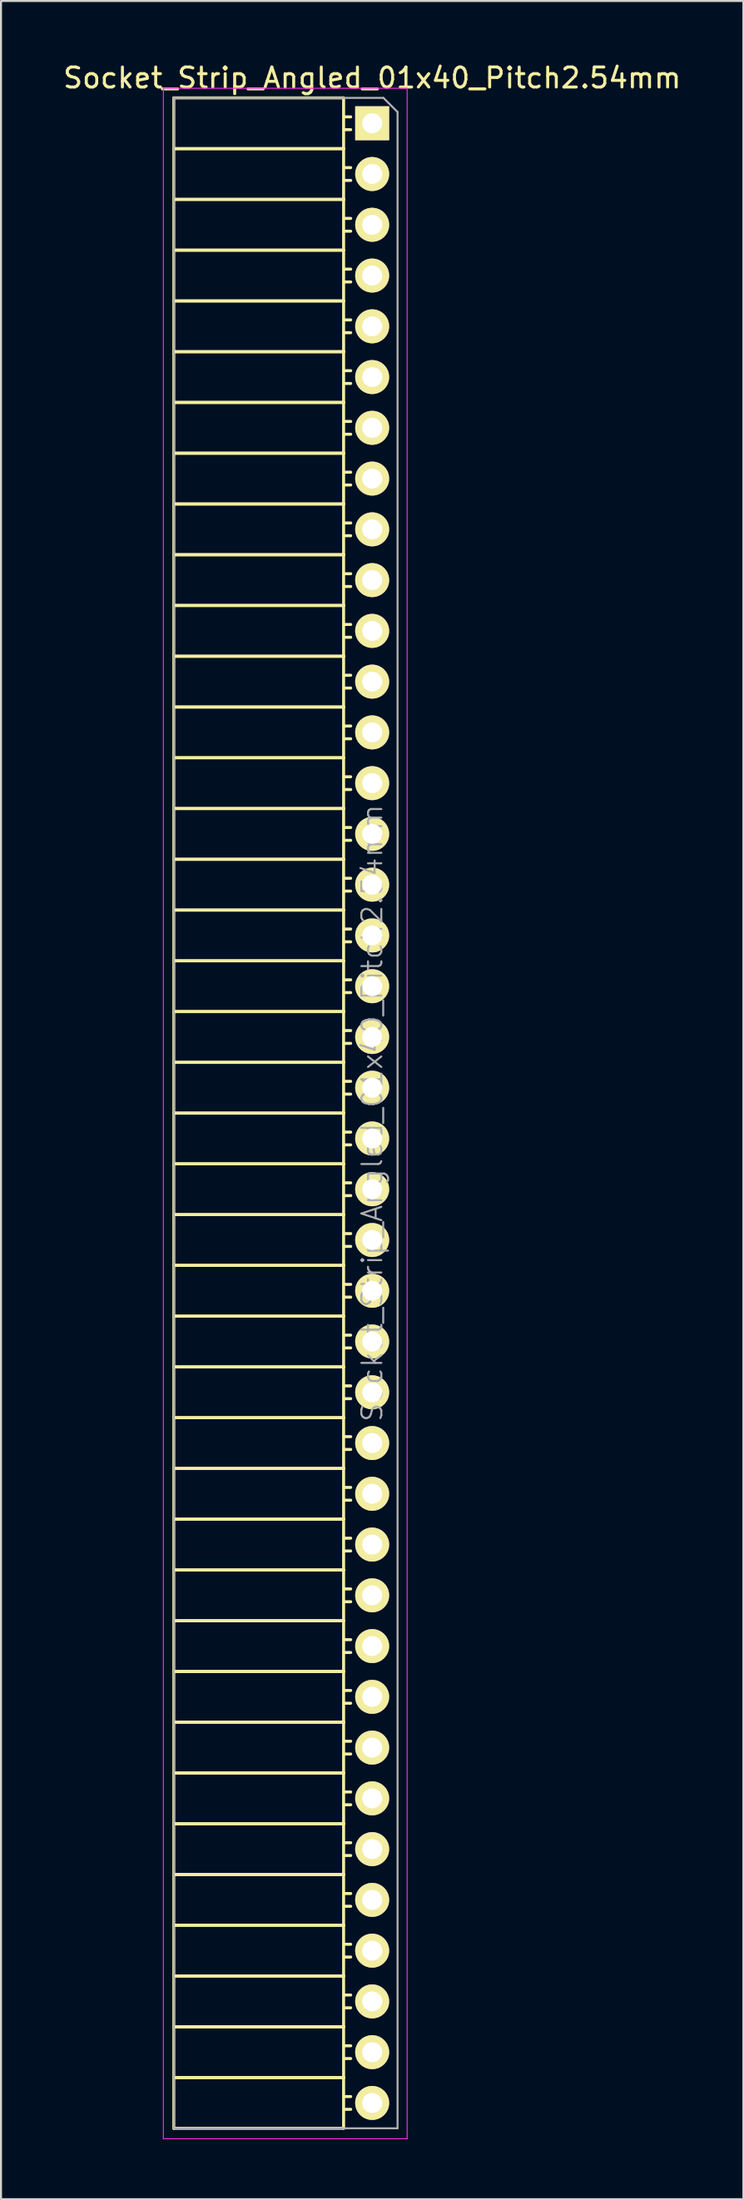
<source format=kicad_pcb>
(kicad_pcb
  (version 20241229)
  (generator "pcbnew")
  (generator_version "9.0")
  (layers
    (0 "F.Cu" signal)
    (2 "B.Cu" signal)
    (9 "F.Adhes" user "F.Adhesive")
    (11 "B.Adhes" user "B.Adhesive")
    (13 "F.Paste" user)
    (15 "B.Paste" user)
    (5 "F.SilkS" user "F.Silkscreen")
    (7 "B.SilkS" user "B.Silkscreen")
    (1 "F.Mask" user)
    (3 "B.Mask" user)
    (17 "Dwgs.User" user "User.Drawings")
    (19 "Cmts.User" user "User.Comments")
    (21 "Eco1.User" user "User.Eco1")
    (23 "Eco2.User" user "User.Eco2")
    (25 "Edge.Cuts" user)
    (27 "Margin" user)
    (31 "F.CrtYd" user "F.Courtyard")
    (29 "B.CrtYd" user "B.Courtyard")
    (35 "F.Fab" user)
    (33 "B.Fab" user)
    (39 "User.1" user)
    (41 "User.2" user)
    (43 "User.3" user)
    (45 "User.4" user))
  (footprint "Socket_Strip_Angled_01x40_Pitch2.54mm"
    (layer "F.Cu")
    (at 15.577 3.118)
    (property "Reference" "Socket_Strip_Angled_01x40_Pitch2.54mm" (at 0 -2.27 0) (layer "F.SilkS") (effects (font (size 1 1) (thickness 0.15))))
    (attr smd)
    (fp_line (start -9.93 -1.27) (end -9.93 1.27) (stroke (width 0.15) (type solid)) (layer "F.SilkS"))
    (fp_line (start -9.93 -1.27) (end -1.43 -1.27) (stroke (width 0.15) (type solid)) (layer "F.SilkS"))
    (fp_line (start -9.93 1.27) (end -9.93 3.81) (stroke (width 0.15) (type solid)) (layer "F.SilkS"))
    (fp_line (start -9.93 1.27) (end -1.43 1.27) (stroke (width 0.15) (type solid)) (layer "F.SilkS"))
    (fp_line (start -9.93 1.27) (end -1.43 1.27) (stroke (width 0.15) (type solid)) (layer "F.SilkS"))
    (fp_line (start -9.93 3.81) (end -9.93 6.35) (stroke (width 0.15) (type solid)) (layer "F.SilkS"))
    (fp_line (start -9.93 3.81) (end -1.43 3.81) (stroke (width 0.15) (type solid)) (layer "F.SilkS"))
    (fp_line (start -9.93 3.81) (end -1.43 3.81) (stroke (width 0.15) (type solid)) (layer "F.SilkS"))
    (fp_line (start -9.93 6.35) (end -9.93 8.89) (stroke (width 0.15) (type solid)) (layer "F.SilkS"))
    (fp_line (start -9.93 6.35) (end -1.43 6.35) (stroke (width 0.15) (type solid)) (layer "F.SilkS"))
    (fp_line (start -9.93 6.35) (end -1.43 6.35) (stroke (width 0.15) (type solid)) (layer "F.SilkS"))
    (fp_line (start -9.93 8.89) (end -9.93 11.43) (stroke (width 0.15) (type solid)) (layer "F.SilkS"))
    (fp_line (start -9.93 8.89) (end -1.43 8.89) (stroke (width 0.15) (type solid)) (layer "F.SilkS"))
    (fp_line (start -9.93 8.89) (end -1.43 8.89) (stroke (width 0.15) (type solid)) (layer "F.SilkS"))
    (fp_line (start -9.93 11.43) (end -9.93 13.97) (stroke (width 0.15) (type solid)) (layer "F.SilkS"))
    (fp_line (start -9.93 11.43) (end -1.43 11.43) (stroke (width 0.15) (type solid)) (layer "F.SilkS"))
    (fp_line (start -9.93 11.43) (end -1.43 11.43) (stroke (width 0.15) (type solid)) (layer "F.SilkS"))
    (fp_line (start -9.93 13.97) (end -9.93 16.51) (stroke (width 0.15) (type solid)) (layer "F.SilkS"))
    (fp_line (start -9.93 13.97) (end -1.43 13.97) (stroke (width 0.15) (type solid)) (layer "F.SilkS"))
    (fp_line (start -9.93 13.97) (end -1.43 13.97) (stroke (width 0.15) (type solid)) (layer "F.SilkS"))
    (fp_line (start -9.93 16.51) (end -9.93 19.05) (stroke (width 0.15) (type solid)) (layer "F.SilkS"))
    (fp_line (start -9.93 16.51) (end -1.43 16.51) (stroke (width 0.15) (type solid)) (layer "F.SilkS"))
    (fp_line (start -9.93 16.51) (end -1.43 16.51) (stroke (width 0.15) (type solid)) (layer "F.SilkS"))
    (fp_line (start -9.93 19.05) (end -9.93 21.59) (stroke (width 0.15) (type solid)) (layer "F.SilkS"))
    (fp_line (start -9.93 19.05) (end -1.43 19.05) (stroke (width 0.15) (type solid)) (layer "F.SilkS"))
    (fp_line (start -9.93 19.05) (end -1.43 19.05) (stroke (width 0.15) (type solid)) (layer "F.SilkS"))
    (fp_line (start -9.93 21.59) (end -9.93 24.13) (stroke (width 0.15) (type solid)) (layer "F.SilkS"))
    (fp_line (start -9.93 21.59) (end -1.43 21.59) (stroke (width 0.15) (type solid)) (layer "F.SilkS"))
    (fp_line (start -9.93 21.59) (end -1.43 21.59) (stroke (width 0.15) (type solid)) (layer "F.SilkS"))
    (fp_line (start -9.93 24.13) (end -9.93 26.67) (stroke (width 0.15) (type solid)) (layer "F.SilkS"))
    (fp_line (start -9.93 24.13) (end -1.43 24.13) (stroke (width 0.15) (type solid)) (layer "F.SilkS"))
    (fp_line (start -9.93 24.13) (end -1.43 24.13) (stroke (width 0.15) (type solid)) (layer "F.SilkS"))
    (fp_line (start -9.93 26.67) (end -9.93 29.21) (stroke (width 0.15) (type solid)) (layer "F.SilkS"))
    (fp_line (start -9.93 26.67) (end -1.43 26.67) (stroke (width 0.15) (type solid)) (layer "F.SilkS"))
    (fp_line (start -9.93 26.67) (end -1.43 26.67) (stroke (width 0.15) (type solid)) (layer "F.SilkS"))
    (fp_line (start -9.93 29.21) (end -9.93 31.75) (stroke (width 0.15) (type solid)) (layer "F.SilkS"))
    (fp_line (start -9.93 29.21) (end -1.43 29.21) (stroke (width 0.15) (type solid)) (layer "F.SilkS"))
    (fp_line (start -9.93 29.21) (end -1.43 29.21) (stroke (width 0.15) (type solid)) (layer "F.SilkS"))
    (fp_line (start -9.93 31.75) (end -9.93 34.29) (stroke (width 0.15) (type solid)) (layer "F.SilkS"))
    (fp_line (start -9.93 31.75) (end -1.43 31.75) (stroke (width 0.15) (type solid)) (layer "F.SilkS"))
    (fp_line (start -9.93 31.75) (end -1.43 31.75) (stroke (width 0.15) (type solid)) (layer "F.SilkS"))
    (fp_line (start -9.93 34.29) (end -9.93 36.83) (stroke (width 0.15) (type solid)) (layer "F.SilkS"))
    (fp_line (start -9.93 34.29) (end -1.43 34.29) (stroke (width 0.15) (type solid)) (layer "F.SilkS"))
    (fp_line (start -9.93 34.29) (end -1.43 34.29) (stroke (width 0.15) (type solid)) (layer "F.SilkS"))
    (fp_line (start -9.93 36.83) (end -9.93 39.37) (stroke (width 0.15) (type solid)) (layer "F.SilkS"))
    (fp_line (start -9.93 36.83) (end -1.43 36.83) (stroke (width 0.15) (type solid)) (layer "F.SilkS"))
    (fp_line (start -9.93 36.83) (end -1.43 36.83) (stroke (width 0.15) (type solid)) (layer "F.SilkS"))
    (fp_line (start -9.93 39.37) (end -9.93 41.91) (stroke (width 0.15) (type solid)) (layer "F.SilkS"))
    (fp_line (start -9.93 39.37) (end -1.43 39.37) (stroke (width 0.15) (type solid)) (layer "F.SilkS"))
    (fp_line (start -9.93 39.37) (end -1.43 39.37) (stroke (width 0.15) (type solid)) (layer "F.SilkS"))
    (fp_line (start -9.93 41.91) (end -9.93 44.45) (stroke (width 0.15) (type solid)) (layer "F.SilkS"))
    (fp_line (start -9.93 41.91) (end -1.43 41.91) (stroke (width 0.15) (type solid)) (layer "F.SilkS"))
    (fp_line (start -9.93 41.91) (end -1.43 41.91) (stroke (width 0.15) (type solid)) (layer "F.SilkS"))
    (fp_line (start -9.93 44.45) (end -9.93 46.99) (stroke (width 0.15) (type solid)) (layer "F.SilkS"))
    (fp_line (start -9.93 44.45) (end -1.43 44.45) (stroke (width 0.15) (type solid)) (layer "F.SilkS"))
    (fp_line (start -9.93 44.45) (end -1.43 44.45) (stroke (width 0.15) (type solid)) (layer "F.SilkS"))
    (fp_line (start -9.93 46.99) (end -9.93 49.53) (stroke (width 0.15) (type solid)) (layer "F.SilkS"))
    (fp_line (start -9.93 46.99) (end -1.43 46.99) (stroke (width 0.15) (type solid)) (layer "F.SilkS"))
    (fp_line (start -9.93 46.99) (end -1.43 46.99) (stroke (width 0.15) (type solid)) (layer "F.SilkS"))
    (fp_line (start -9.93 49.53) (end -9.93 52.07) (stroke (width 0.15) (type solid)) (layer "F.SilkS"))
    (fp_line (start -9.93 49.53) (end -1.43 49.53) (stroke (width 0.15) (type solid)) (layer "F.SilkS"))
    (fp_line (start -9.93 49.53) (end -1.43 49.53) (stroke (width 0.15) (type solid)) (layer "F.SilkS"))
    (fp_line (start -9.93 52.07) (end -9.93 54.61) (stroke (width 0.15) (type solid)) (layer "F.SilkS"))
    (fp_line (start -9.93 52.07) (end -1.43 52.07) (stroke (width 0.15) (type solid)) (layer "F.SilkS"))
    (fp_line (start -9.93 52.07) (end -1.43 52.07) (stroke (width 0.15) (type solid)) (layer "F.SilkS"))
    (fp_line (start -9.93 54.61) (end -9.93 57.15) (stroke (width 0.15) (type solid)) (layer "F.SilkS"))
    (fp_line (start -9.93 54.61) (end -1.43 54.61) (stroke (width 0.15) (type solid)) (layer "F.SilkS"))
    (fp_line (start -9.93 54.61) (end -1.43 54.61) (stroke (width 0.15) (type solid)) (layer "F.SilkS"))
    (fp_line (start -9.93 57.15) (end -9.93 59.69) (stroke (width 0.15) (type solid)) (layer "F.SilkS"))
    (fp_line (start -9.93 57.15) (end -1.43 57.15) (stroke (width 0.15) (type solid)) (layer "F.SilkS"))
    (fp_line (start -9.93 57.15) (end -1.43 57.15) (stroke (width 0.15) (type solid)) (layer "F.SilkS"))
    (fp_line (start -9.93 59.69) (end -9.93 62.23) (stroke (width 0.15) (type solid)) (layer "F.SilkS"))
    (fp_line (start -9.93 59.69) (end -1.43 59.69) (stroke (width 0.15) (type solid)) (layer "F.SilkS"))
    (fp_line (start -9.93 59.69) (end -1.43 59.69) (stroke (width 0.15) (type solid)) (layer "F.SilkS"))
    (fp_line (start -9.93 62.23) (end -9.93 64.77) (stroke (width 0.15) (type solid)) (layer "F.SilkS"))
    (fp_line (start -9.93 62.23) (end -1.43 62.23) (stroke (width 0.15) (type solid)) (layer "F.SilkS"))
    (fp_line (start -9.93 62.23) (end -1.43 62.23) (stroke (width 0.15) (type solid)) (layer "F.SilkS"))
    (fp_line (start -9.93 64.77) (end -9.93 67.31) (stroke (width 0.15) (type solid)) (layer "F.SilkS"))
    (fp_line (start -9.93 64.77) (end -1.43 64.77) (stroke (width 0.15) (type solid)) (layer "F.SilkS"))
    (fp_line (start -9.93 64.77) (end -1.43 64.77) (stroke (width 0.15) (type solid)) (layer "F.SilkS"))
    (fp_line (start -9.93 67.31) (end -9.93 69.85) (stroke (width 0.15) (type solid)) (layer "F.SilkS"))
    (fp_line (start -9.93 67.31) (end -1.43 67.31) (stroke (width 0.15) (type solid)) (layer "F.SilkS"))
    (fp_line (start -9.93 67.31) (end -1.43 67.31) (stroke (width 0.15) (type solid)) (layer "F.SilkS"))
    (fp_line (start -9.93 69.85) (end -9.93 72.39) (stroke (width 0.15) (type solid)) (layer "F.SilkS"))
    (fp_line (start -9.93 69.85) (end -1.43 69.85) (stroke (width 0.15) (type solid)) (layer "F.SilkS"))
    (fp_line (start -9.93 69.85) (end -1.43 69.85) (stroke (width 0.15) (type solid)) (layer "F.SilkS"))
    (fp_line (start -9.93 72.39) (end -9.93 74.93) (stroke (width 0.15) (type solid)) (layer "F.SilkS"))
    (fp_line (start -9.93 72.39) (end -1.43 72.39) (stroke (width 0.15) (type solid)) (layer "F.SilkS"))
    (fp_line (start -9.93 72.39) (end -1.43 72.39) (stroke (width 0.15) (type solid)) (layer "F.SilkS"))
    (fp_line (start -9.93 74.93) (end -9.93 77.47) (stroke (width 0.15) (type solid)) (layer "F.SilkS"))
    (fp_line (start -9.93 74.93) (end -1.43 74.93) (stroke (width 0.15) (type solid)) (layer "F.SilkS"))
    (fp_line (start -9.93 74.93) (end -1.43 74.93) (stroke (width 0.15) (type solid)) (layer "F.SilkS"))
    (fp_line (start -9.93 77.47) (end -9.93 80.01) (stroke (width 0.15) (type solid)) (layer "F.SilkS"))
    (fp_line (start -9.93 77.47) (end -1.43 77.47) (stroke (width 0.15) (type solid)) (layer "F.SilkS"))
    (fp_line (start -9.93 77.47) (end -1.43 77.47) (stroke (width 0.15) (type solid)) (layer "F.SilkS"))
    (fp_line (start -9.93 80.01) (end -9.93 82.55) (stroke (width 0.15) (type solid)) (layer "F.SilkS"))
    (fp_line (start -9.93 80.01) (end -1.43 80.01) (stroke (width 0.15) (type solid)) (layer "F.SilkS"))
    (fp_line (start -9.93 80.01) (end -1.43 80.01) (stroke (width 0.15) (type solid)) (layer "F.SilkS"))
    (fp_line (start -9.93 82.55) (end -9.93 85.09) (stroke (width 0.15) (type solid)) (layer "F.SilkS"))
    (fp_line (start -9.93 82.55) (end -1.43 82.55) (stroke (width 0.15) (type solid)) (layer "F.SilkS"))
    (fp_line (start -9.93 82.55) (end -1.43 82.55) (stroke (width 0.15) (type solid)) (layer "F.SilkS"))
    (fp_line (start -9.93 85.09) (end -9.93 87.63) (stroke (width 0.15) (type solid)) (layer "F.SilkS"))
    (fp_line (start -9.93 85.09) (end -1.43 85.09) (stroke (width 0.15) (type solid)) (layer "F.SilkS"))
    (fp_line (start -9.93 85.09) (end -1.43 85.09) (stroke (width 0.15) (type solid)) (layer "F.SilkS"))
    (fp_line (start -9.93 87.63) (end -9.93 90.17) (stroke (width 0.15) (type solid)) (layer "F.SilkS"))
    (fp_line (start -9.93 87.63) (end -1.43 87.63) (stroke (width 0.15) (type solid)) (layer "F.SilkS"))
    (fp_line (start -9.93 87.63) (end -1.43 87.63) (stroke (width 0.15) (type solid)) (layer "F.SilkS"))
    (fp_line (start -9.93 90.17) (end -9.93 92.71) (stroke (width 0.15) (type solid)) (layer "F.SilkS"))
    (fp_line (start -9.93 90.17) (end -1.43 90.17) (stroke (width 0.15) (type solid)) (layer "F.SilkS"))
    (fp_line (start -9.93 90.17) (end -1.43 90.17) (stroke (width 0.15) (type solid)) (layer "F.SilkS"))
    (fp_line (start -9.93 92.71) (end -9.93 95.25) (stroke (width 0.15) (type solid)) (layer "F.SilkS"))
    (fp_line (start -9.93 92.71) (end -1.43 92.71) (stroke (width 0.15) (type solid)) (layer "F.SilkS"))
    (fp_line (start -9.93 92.71) (end -1.43 92.71) (stroke (width 0.15) (type solid)) (layer "F.SilkS"))
    (fp_line (start -9.93 95.25) (end -9.93 97.79) (stroke (width 0.15) (type solid)) (layer "F.SilkS"))
    (fp_line (start -9.93 95.25) (end -1.43 95.25) (stroke (width 0.15) (type solid)) (layer "F.SilkS"))
    (fp_line (start -9.93 95.25) (end -1.43 95.25) (stroke (width 0.15) (type solid)) (layer "F.SilkS"))
    (fp_line (start -9.93 97.79) (end -9.93 100.33) (stroke (width 0.15) (type solid)) (layer "F.SilkS"))
    (fp_line (start -9.93 97.79) (end -1.43 97.79) (stroke (width 0.15) (type solid)) (layer "F.SilkS"))
    (fp_line (start -9.93 97.79) (end -1.43 97.79) (stroke (width 0.15) (type solid)) (layer "F.SilkS"))
    (fp_line (start -9.93 100.33) (end -1.43 100.33) (stroke (width 0.15) (type solid)) (layer "F.SilkS"))
    (fp_line (start -1.43 -1.27) (end -1.43 1.27) (stroke (width 0.15) (type solid)) (layer "F.SilkS"))
    (fp_line (start -1.43 -0.32) (end -1.075 -0.32) (stroke (width 0.15) (type solid)) (layer "F.SilkS"))
    (fp_line (start -1.43 0.32) (end -1.075 0.32) (stroke (width 0.15) (type solid)) (layer "F.SilkS"))
    (fp_line (start -1.43 1.27) (end -1.43 3.81) (stroke (width 0.15) (type solid)) (layer "F.SilkS"))
    (fp_line (start -1.43 2.22) (end -1.075 2.22) (stroke (width 0.15) (type solid)) (layer "F.SilkS"))
    (fp_line (start -1.43 2.86) (end -1.075 2.86) (stroke (width 0.15) (type solid)) (layer "F.SilkS"))
    (fp_line (start -1.43 3.81) (end -1.43 6.35) (stroke (width 0.15) (type solid)) (layer "F.SilkS"))
    (fp_line (start -1.43 4.76) (end -1.075 4.76) (stroke (width 0.15) (type solid)) (layer "F.SilkS"))
    (fp_line (start -1.43 5.4) (end -1.075 5.4) (stroke (width 0.15) (type solid)) (layer "F.SilkS"))
    (fp_line (start -1.43 6.35) (end -1.43 8.89) (stroke (width 0.15) (type solid)) (layer "F.SilkS"))
    (fp_line (start -1.43 7.3) (end -1.075 7.3) (stroke (width 0.15) (type solid)) (layer "F.SilkS"))
    (fp_line (start -1.43 7.94) (end -1.075 7.94) (stroke (width 0.15) (type solid)) (layer "F.SilkS"))
    (fp_line (start -1.43 8.89) (end -1.43 11.43) (stroke (width 0.15) (type solid)) (layer "F.SilkS"))
    (fp_line (start -1.43 9.84) (end -1.075 9.84) (stroke (width 0.15) (type solid)) (layer "F.SilkS"))
    (fp_line (start -1.43 10.48) (end -1.075 10.48) (stroke (width 0.15) (type solid)) (layer "F.SilkS"))
    (fp_line (start -1.43 11.43) (end -1.43 13.97) (stroke (width 0.15) (type solid)) (layer "F.SilkS"))
    (fp_line (start -1.43 12.38) (end -1.075 12.38) (stroke (width 0.15) (type solid)) (layer "F.SilkS"))
    (fp_line (start -1.43 13.02) (end -1.075 13.02) (stroke (width 0.15) (type solid)) (layer "F.SilkS"))
    (fp_line (start -1.43 13.97) (end -1.43 16.51) (stroke (width 0.15) (type solid)) (layer "F.SilkS"))
    (fp_line (start -1.43 14.92) (end -1.075 14.92) (stroke (width 0.15) (type solid)) (layer "F.SilkS"))
    (fp_line (start -1.43 15.56) (end -1.075 15.56) (stroke (width 0.15) (type solid)) (layer "F.SilkS"))
    (fp_line (start -1.43 16.51) (end -1.43 19.05) (stroke (width 0.15) (type solid)) (layer "F.SilkS"))
    (fp_line (start -1.43 17.46) (end -1.075 17.46) (stroke (width 0.15) (type solid)) (layer "F.SilkS"))
    (fp_line (start -1.43 18.1) (end -1.075 18.1) (stroke (width 0.15) (type solid)) (layer "F.SilkS"))
    (fp_line (start -1.43 19.05) (end -1.43 21.59) (stroke (width 0.15) (type solid)) (layer "F.SilkS"))
    (fp_line (start -1.43 20) (end -1.075 20) (stroke (width 0.15) (type solid)) (layer "F.SilkS"))
    (fp_line (start -1.43 20.64) (end -1.075 20.64) (stroke (width 0.15) (type solid)) (layer "F.SilkS"))
    (fp_line (start -1.43 21.59) (end -1.43 24.13) (stroke (width 0.15) (type solid)) (layer "F.SilkS"))
    (fp_line (start -1.43 22.54) (end -1.075 22.54) (stroke (width 0.15) (type solid)) (layer "F.SilkS"))
    (fp_line (start -1.43 23.18) (end -1.075 23.18) (stroke (width 0.15) (type solid)) (layer "F.SilkS"))
    (fp_line (start -1.43 24.13) (end -1.43 26.67) (stroke (width 0.15) (type solid)) (layer "F.SilkS"))
    (fp_line (start -1.43 25.08) (end -1.075 25.08) (stroke (width 0.15) (type solid)) (layer "F.SilkS"))
    (fp_line (start -1.43 25.72) (end -1.075 25.72) (stroke (width 0.15) (type solid)) (layer "F.SilkS"))
    (fp_line (start -1.43 26.67) (end -1.43 29.21) (stroke (width 0.15) (type solid)) (layer "F.SilkS"))
    (fp_line (start -1.43 27.62) (end -1.075 27.62) (stroke (width 0.15) (type solid)) (layer "F.SilkS"))
    (fp_line (start -1.43 28.26) (end -1.075 28.26) (stroke (width 0.15) (type solid)) (layer "F.SilkS"))
    (fp_line (start -1.43 29.21) (end -1.43 31.75) (stroke (width 0.15) (type solid)) (layer "F.SilkS"))
    (fp_line (start -1.43 30.16) (end -1.075 30.16) (stroke (width 0.15) (type solid)) (layer "F.SilkS"))
    (fp_line (start -1.43 30.8) (end -1.075 30.8) (stroke (width 0.15) (type solid)) (layer "F.SilkS"))
    (fp_line (start -1.43 31.75) (end -1.43 34.29) (stroke (width 0.15) (type solid)) (layer "F.SilkS"))
    (fp_line (start -1.43 32.7) (end -1.075 32.7) (stroke (width 0.15) (type solid)) (layer "F.SilkS"))
    (fp_line (start -1.43 33.34) (end -1.075 33.34) (stroke (width 0.15) (type solid)) (layer "F.SilkS"))
    (fp_line (start -1.43 34.29) (end -1.43 36.83) (stroke (width 0.15) (type solid)) (layer "F.SilkS"))
    (fp_line (start -1.43 35.24) (end -1.075 35.24) (stroke (width 0.15) (type solid)) (layer "F.SilkS"))
    (fp_line (start -1.43 35.88) (end -1.075 35.88) (stroke (width 0.15) (type solid)) (layer "F.SilkS"))
    (fp_line (start -1.43 36.83) (end -1.43 39.37) (stroke (width 0.15) (type solid)) (layer "F.SilkS"))
    (fp_line (start -1.43 37.78) (end -1.075 37.78) (stroke (width 0.15) (type solid)) (layer "F.SilkS"))
    (fp_line (start -1.43 38.42) (end -1.075 38.42) (stroke (width 0.15) (type solid)) (layer "F.SilkS"))
    (fp_line (start -1.43 39.37) (end -1.43 41.91) (stroke (width 0.15) (type solid)) (layer "F.SilkS"))
    (fp_line (start -1.43 40.32) (end -1.075 40.32) (stroke (width 0.15) (type solid)) (layer "F.SilkS"))
    (fp_line (start -1.43 40.96) (end -1.075 40.96) (stroke (width 0.15) (type solid)) (layer "F.SilkS"))
    (fp_line (start -1.43 41.91) (end -1.43 44.45) (stroke (width 0.15) (type solid)) (layer "F.SilkS"))
    (fp_line (start -1.43 42.86) (end -1.075 42.86) (stroke (width 0.15) (type solid)) (layer "F.SilkS"))
    (fp_line (start -1.43 43.5) (end -1.075 43.5) (stroke (width 0.15) (type solid)) (layer "F.SilkS"))
    (fp_line (start -1.43 44.45) (end -1.43 46.99) (stroke (width 0.15) (type solid)) (layer "F.SilkS"))
    (fp_line (start -1.43 45.4) (end -1.075 45.4) (stroke (width 0.15) (type solid)) (layer "F.SilkS"))
    (fp_line (start -1.43 46.04) (end -1.075 46.04) (stroke (width 0.15) (type solid)) (layer "F.SilkS"))
    (fp_line (start -1.43 46.99) (end -1.43 49.53) (stroke (width 0.15) (type solid)) (layer "F.SilkS"))
    (fp_line (start -1.43 47.94) (end -1.075 47.94) (stroke (width 0.15) (type solid)) (layer "F.SilkS"))
    (fp_line (start -1.43 48.58) (end -1.075 48.58) (stroke (width 0.15) (type solid)) (layer "F.SilkS"))
    (fp_line (start -1.43 49.53) (end -1.43 52.07) (stroke (width 0.15) (type solid)) (layer "F.SilkS"))
    (fp_line (start -1.43 50.48) (end -1.075 50.48) (stroke (width 0.15) (type solid)) (layer "F.SilkS"))
    (fp_line (start -1.43 51.12) (end -1.075 51.12) (stroke (width 0.15) (type solid)) (layer "F.SilkS"))
    (fp_line (start -1.43 52.07) (end -1.43 54.61) (stroke (width 0.15) (type solid)) (layer "F.SilkS"))
    (fp_line (start -1.43 53.02) (end -1.075 53.02) (stroke (width 0.15) (type solid)) (layer "F.SilkS"))
    (fp_line (start -1.43 53.66) (end -1.075 53.66) (stroke (width 0.15) (type solid)) (layer "F.SilkS"))
    (fp_line (start -1.43 54.61) (end -1.43 57.15) (stroke (width 0.15) (type solid)) (layer "F.SilkS"))
    (fp_line (start -1.43 55.56) (end -1.075 55.56) (stroke (width 0.15) (type solid)) (layer "F.SilkS"))
    (fp_line (start -1.43 56.2) (end -1.075 56.2) (stroke (width 0.15) (type solid)) (layer "F.SilkS"))
    (fp_line (start -1.43 57.15) (end -1.43 59.69) (stroke (width 0.15) (type solid)) (layer "F.SilkS"))
    (fp_line (start -1.43 58.1) (end -1.075 58.1) (stroke (width 0.15) (type solid)) (layer "F.SilkS"))
    (fp_line (start -1.43 58.74) (end -1.075 58.74) (stroke (width 0.15) (type solid)) (layer "F.SilkS"))
    (fp_line (start -1.43 59.69) (end -1.43 62.23) (stroke (width 0.15) (type solid)) (layer "F.SilkS"))
    (fp_line (start -1.43 60.64) (end -1.075 60.64) (stroke (width 0.15) (type solid)) (layer "F.SilkS"))
    (fp_line (start -1.43 61.28) (end -1.075 61.28) (stroke (width 0.15) (type solid)) (layer "F.SilkS"))
    (fp_line (start -1.43 62.23) (end -1.43 64.77) (stroke (width 0.15) (type solid)) (layer "F.SilkS"))
    (fp_line (start -1.43 63.18) (end -1.075 63.18) (stroke (width 0.15) (type solid)) (layer "F.SilkS"))
    (fp_line (start -1.43 63.82) (end -1.075 63.82) (stroke (width 0.15) (type solid)) (layer "F.SilkS"))
    (fp_line (start -1.43 64.77) (end -1.43 67.31) (stroke (width 0.15) (type solid)) (layer "F.SilkS"))
    (fp_line (start -1.43 65.72) (end -1.075 65.72) (stroke (width 0.15) (type solid)) (layer "F.SilkS"))
    (fp_line (start -1.43 66.36) (end -1.075 66.36) (stroke (width 0.15) (type solid)) (layer "F.SilkS"))
    (fp_line (start -1.43 67.31) (end -1.43 69.85) (stroke (width 0.15) (type solid)) (layer "F.SilkS"))
    (fp_line (start -1.43 68.26) (end -1.075 68.26) (stroke (width 0.15) (type solid)) (layer "F.SilkS"))
    (fp_line (start -1.43 68.9) (end -1.075 68.9) (stroke (width 0.15) (type solid)) (layer "F.SilkS"))
    (fp_line (start -1.43 69.85) (end -1.43 72.39) (stroke (width 0.15) (type solid)) (layer "F.SilkS"))
    (fp_line (start -1.43 70.8) (end -1.075 70.8) (stroke (width 0.15) (type solid)) (layer "F.SilkS"))
    (fp_line (start -1.43 71.44) (end -1.075 71.44) (stroke (width 0.15) (type solid)) (layer "F.SilkS"))
    (fp_line (start -1.43 72.39) (end -1.43 74.93) (stroke (width 0.15) (type solid)) (layer "F.SilkS"))
    (fp_line (start -1.43 73.34) (end -1.075 73.34) (stroke (width 0.15) (type solid)) (layer "F.SilkS"))
    (fp_line (start -1.43 73.98) (end -1.075 73.98) (stroke (width 0.15) (type solid)) (layer "F.SilkS"))
    (fp_line (start -1.43 74.93) (end -1.43 77.47) (stroke (width 0.15) (type solid)) (layer "F.SilkS"))
    (fp_line (start -1.43 75.88) (end -1.075 75.88) (stroke (width 0.15) (type solid)) (layer "F.SilkS"))
    (fp_line (start -1.43 76.52) (end -1.075 76.52) (stroke (width 0.15) (type solid)) (layer "F.SilkS"))
    (fp_line (start -1.43 77.47) (end -1.43 80.01) (stroke (width 0.15) (type solid)) (layer "F.SilkS"))
    (fp_line (start -1.43 78.42) (end -1.075 78.42) (stroke (width 0.15) (type solid)) (layer "F.SilkS"))
    (fp_line (start -1.43 79.06) (end -1.075 79.06) (stroke (width 0.15) (type solid)) (layer "F.SilkS"))
    (fp_line (start -1.43 80.01) (end -1.43 82.55) (stroke (width 0.15) (type solid)) (layer "F.SilkS"))
    (fp_line (start -1.43 80.96) (end -1.075 80.96) (stroke (width 0.15) (type solid)) (layer "F.SilkS"))
    (fp_line (start -1.43 81.6) (end -1.075 81.6) (stroke (width 0.15) (type solid)) (layer "F.SilkS"))
    (fp_line (start -1.43 82.55) (end -1.43 85.09) (stroke (width 0.15) (type solid)) (layer "F.SilkS"))
    (fp_line (start -1.43 83.5) (end -1.075 83.5) (stroke (width 0.15) (type solid)) (layer "F.SilkS"))
    (fp_line (start -1.43 84.14) (end -1.075 84.14) (stroke (width 0.15) (type solid)) (layer "F.SilkS"))
    (fp_line (start -1.43 85.09) (end -1.43 87.63) (stroke (width 0.15) (type solid)) (layer "F.SilkS"))
    (fp_line (start -1.43 86.04) (end -1.075 86.04) (stroke (width 0.15) (type solid)) (layer "F.SilkS"))
    (fp_line (start -1.43 86.68) (end -1.075 86.68) (stroke (width 0.15) (type solid)) (layer "F.SilkS"))
    (fp_line (start -1.43 87.63) (end -1.43 90.17) (stroke (width 0.15) (type solid)) (layer "F.SilkS"))
    (fp_line (start -1.43 88.58) (end -1.075 88.58) (stroke (width 0.15) (type solid)) (layer "F.SilkS"))
    (fp_line (start -1.43 89.22) (end -1.075 89.22) (stroke (width 0.15) (type solid)) (layer "F.SilkS"))
    (fp_line (start -1.43 90.17) (end -1.43 92.71) (stroke (width 0.15) (type solid)) (layer "F.SilkS"))
    (fp_line (start -1.43 91.12) (end -1.075 91.12) (stroke (width 0.15) (type solid)) (layer "F.SilkS"))
    (fp_line (start -1.43 91.76) (end -1.075 91.76) (stroke (width 0.15) (type solid)) (layer "F.SilkS"))
    (fp_line (start -1.43 92.71) (end -1.43 95.25) (stroke (width 0.15) (type solid)) (layer "F.SilkS"))
    (fp_line (start -1.43 93.66) (end -1.075 93.66) (stroke (width 0.15) (type solid)) (layer "F.SilkS"))
    (fp_line (start -1.43 94.3) (end -1.075 94.3) (stroke (width 0.15) (type solid)) (layer "F.SilkS"))
    (fp_line (start -1.43 95.25) (end -1.43 97.79) (stroke (width 0.15) (type solid)) (layer "F.SilkS"))
    (fp_line (start -1.43 96.2) (end -1.075 96.2) (stroke (width 0.15) (type solid)) (layer "F.SilkS"))
    (fp_line (start -1.43 96.84) (end -1.075 96.84) (stroke (width 0.15) (type solid)) (layer "F.SilkS"))
    (fp_line (start -1.43 97.79) (end -1.43 100.33) (stroke (width 0.15) (type solid)) (layer "F.SilkS"))
    (fp_line (start -1.43 98.74) (end -1.075 98.74) (stroke (width 0.15) (type solid)) (layer "F.SilkS"))
    (fp_line (start -1.43 99.38) (end -1.075 99.38) (stroke (width 0.15) (type solid)) (layer "F.SilkS"))
    (fp_line (start -10.45 -1.75) (end 1.75 -1.75) (stroke (width 0.05) (type solid)) (layer "F.CrtYd"))
    (fp_line (start -10.45 100.85) (end -10.45 -1.75) (stroke (width 0.05) (type solid)) (layer "F.CrtYd"))
    (fp_line (start -10.45 100.85) (end 1.75 100.85) (stroke (width 0.05) (type solid)) (layer "F.CrtYd"))
    (fp_line (start 1.75 100.85) (end 1.75 -1.75) (stroke (width 0.05) (type solid)) (layer "F.CrtYd"))
    (fp_line (start -9.93 -1.27) (end 0.563 -1.27) (stroke (width 0.1) (type solid)) (layer "F.Fab"))
    (fp_line (start -9.93 100.33) (end -9.93 -1.27) (stroke (width 0.1) (type solid)) (layer "F.Fab"))
    (fp_line (start -9.93 100.33) (end 1.27 100.33) (stroke (width 0.1) (type solid)) (layer "F.Fab"))
    (fp_line (start 1.27 -0.563) (end 0.563 -1.27) (stroke (width 0.1) (type solid)) (layer "F.Fab"))
    (fp_line (start 1.27 100.33) (end 1.27 -0.563) (stroke (width 0.1) (type solid)) (layer "F.Fab"))
    (fp_text user "${REFERENCE}" (at 0 49.53 90) (layer "F.Fab") (effects (font (size 1 1) (thickness 0.1))))
    (pad "1" thru_hole rect (at 0 0) (size 1.7 1.7) (drill 1) (layers "*.Cu" "*.Mask" "F.SilkS"))
    (pad "2" thru_hole oval (at 0 2.54) (size 1.7 1.7) (drill 1) (layers "*.Cu" "*.Mask" "F.SilkS"))
    (pad "3" thru_hole oval (at 0 5.08) (size 1.7 1.7) (drill 1) (layers "*.Cu" "*.Mask" "F.SilkS"))
    (pad "4" thru_hole oval (at 0 7.62) (size 1.7 1.7) (drill 1) (layers "*.Cu" "*.Mask" "F.SilkS"))
    (pad "5" thru_hole oval (at 0 10.16) (size 1.7 1.7) (drill 1) (layers "*.Cu" "*.Mask" "F.SilkS"))
    (pad "6" thru_hole oval (at 0 12.7) (size 1.7 1.7) (drill 1) (layers "*.Cu" "*.Mask" "F.SilkS"))
    (pad "7" thru_hole oval (at 0 15.24) (size 1.7 1.7) (drill 1) (layers "*.Cu" "*.Mask" "F.SilkS"))
    (pad "8" thru_hole oval (at 0 17.78) (size 1.7 1.7) (drill 1) (layers "*.Cu" "*.Mask" "F.SilkS"))
    (pad "9" thru_hole oval (at 0 20.32) (size 1.7 1.7) (drill 1) (layers "*.Cu" "*.Mask" "F.SilkS"))
    (pad "10" thru_hole oval (at 0 22.86) (size 1.7 1.7) (drill 1) (layers "*.Cu" "*.Mask" "F.SilkS"))
    (pad "11" thru_hole oval (at 0 25.4) (size 1.7 1.7) (drill 1) (layers "*.Cu" "*.Mask" "F.SilkS"))
    (pad "12" thru_hole oval (at 0 27.94) (size 1.7 1.7) (drill 1) (layers "*.Cu" "*.Mask" "F.SilkS"))
    (pad "13" thru_hole oval (at 0 30.48) (size 1.7 1.7) (drill 1) (layers "*.Cu" "*.Mask" "F.SilkS"))
    (pad "14" thru_hole oval (at 0 33.02) (size 1.7 1.7) (drill 1) (layers "*.Cu" "*.Mask" "F.SilkS"))
    (pad "15" thru_hole oval (at 0 35.56) (size 1.7 1.7) (drill 1) (layers "*.Cu" "*.Mask" "F.SilkS"))
    (pad "16" thru_hole oval (at 0 38.1) (size 1.7 1.7) (drill 1) (layers "*.Cu" "*.Mask" "F.SilkS"))
    (pad "17" thru_hole oval (at 0 40.64) (size 1.7 1.7) (drill 1) (layers "*.Cu" "*.Mask" "F.SilkS"))
    (pad "18" thru_hole oval (at 0 43.18) (size 1.7 1.7) (drill 1) (layers "*.Cu" "*.Mask" "F.SilkS"))
    (pad "19" thru_hole oval (at 0 45.72) (size 1.7 1.7) (drill 1) (layers "*.Cu" "*.Mask" "F.SilkS"))
    (pad "20" thru_hole oval (at 0 48.26) (size 1.7 1.7) (drill 1) (layers "*.Cu" "*.Mask" "F.SilkS"))
    (pad "21" thru_hole oval (at 0 50.8) (size 1.7 1.7) (drill 1) (layers "*.Cu" "*.Mask" "F.SilkS"))
    (pad "22" thru_hole oval (at 0 53.34) (size 1.7 1.7) (drill 1) (layers "*.Cu" "*.Mask" "F.SilkS"))
    (pad "23" thru_hole oval (at 0 55.88) (size 1.7 1.7) (drill 1) (layers "*.Cu" "*.Mask" "F.SilkS"))
    (pad "24" thru_hole oval (at 0 58.42) (size 1.7 1.7) (drill 1) (layers "*.Cu" "*.Mask" "F.SilkS"))
    (pad "25" thru_hole oval (at 0 60.96) (size 1.7 1.7) (drill 1) (layers "*.Cu" "*.Mask" "F.SilkS"))
    (pad "26" thru_hole oval (at 0 63.5) (size 1.7 1.7) (drill 1) (layers "*.Cu" "*.Mask" "F.SilkS"))
    (pad "27" thru_hole oval (at 0 66.04) (size 1.7 1.7) (drill 1) (layers "*.Cu" "*.Mask" "F.SilkS"))
    (pad "28" thru_hole oval (at 0 68.58) (size 1.7 1.7) (drill 1) (layers "*.Cu" "*.Mask" "F.SilkS"))
    (pad "29" thru_hole oval (at 0 71.12) (size 1.7 1.7) (drill 1) (layers "*.Cu" "*.Mask" "F.SilkS"))
    (pad "30" thru_hole oval (at 0 73.66) (size 1.7 1.7) (drill 1) (layers "*.Cu" "*.Mask" "F.SilkS"))
    (pad "31" thru_hole oval (at 0 76.2) (size 1.7 1.7) (drill 1) (layers "*.Cu" "*.Mask" "F.SilkS"))
    (pad "32" thru_hole oval (at 0 78.74) (size 1.7 1.7) (drill 1) (layers "*.Cu" "*.Mask" "F.SilkS"))
    (pad "33" thru_hole oval (at 0 81.28) (size 1.7 1.7) (drill 1) (layers "*.Cu" "*.Mask" "F.SilkS"))
    (pad "34" thru_hole oval (at 0 83.82) (size 1.7 1.7) (drill 1) (layers "*.Cu" "*.Mask" "F.SilkS"))
    (pad "35" thru_hole oval (at 0 86.36) (size 1.7 1.7) (drill 1) (layers "*.Cu" "*.Mask" "F.SilkS"))
    (pad "36" thru_hole oval (at 0 88.9) (size 1.7 1.7) (drill 1) (layers "*.Cu" "*.Mask" "F.SilkS"))
    (pad "37" thru_hole oval (at 0 91.44) (size 1.7 1.7) (drill 1) (layers "*.Cu" "*.Mask" "F.SilkS"))
    (pad "38" thru_hole oval (at 0 93.98) (size 1.7 1.7) (drill 1) (layers "*.Cu" "*.Mask" "F.SilkS"))
    (pad "39" thru_hole oval (at 0 96.52) (size 1.7 1.7) (drill 1) (layers "*.Cu" "*.Mask" "F.SilkS"))
    (pad "40" thru_hole oval (at 0 99.06) (size 1.7 1.7) (drill 1) (layers "*.Cu" "*.Mask" "F.SilkS")))
  (gr_rect
    (start -3 -3)
    (end 34.155 106.993)
    (stroke (width 0.1) (type default))
    (fill no)
    (layer "Edge.Cuts")))
</source>
